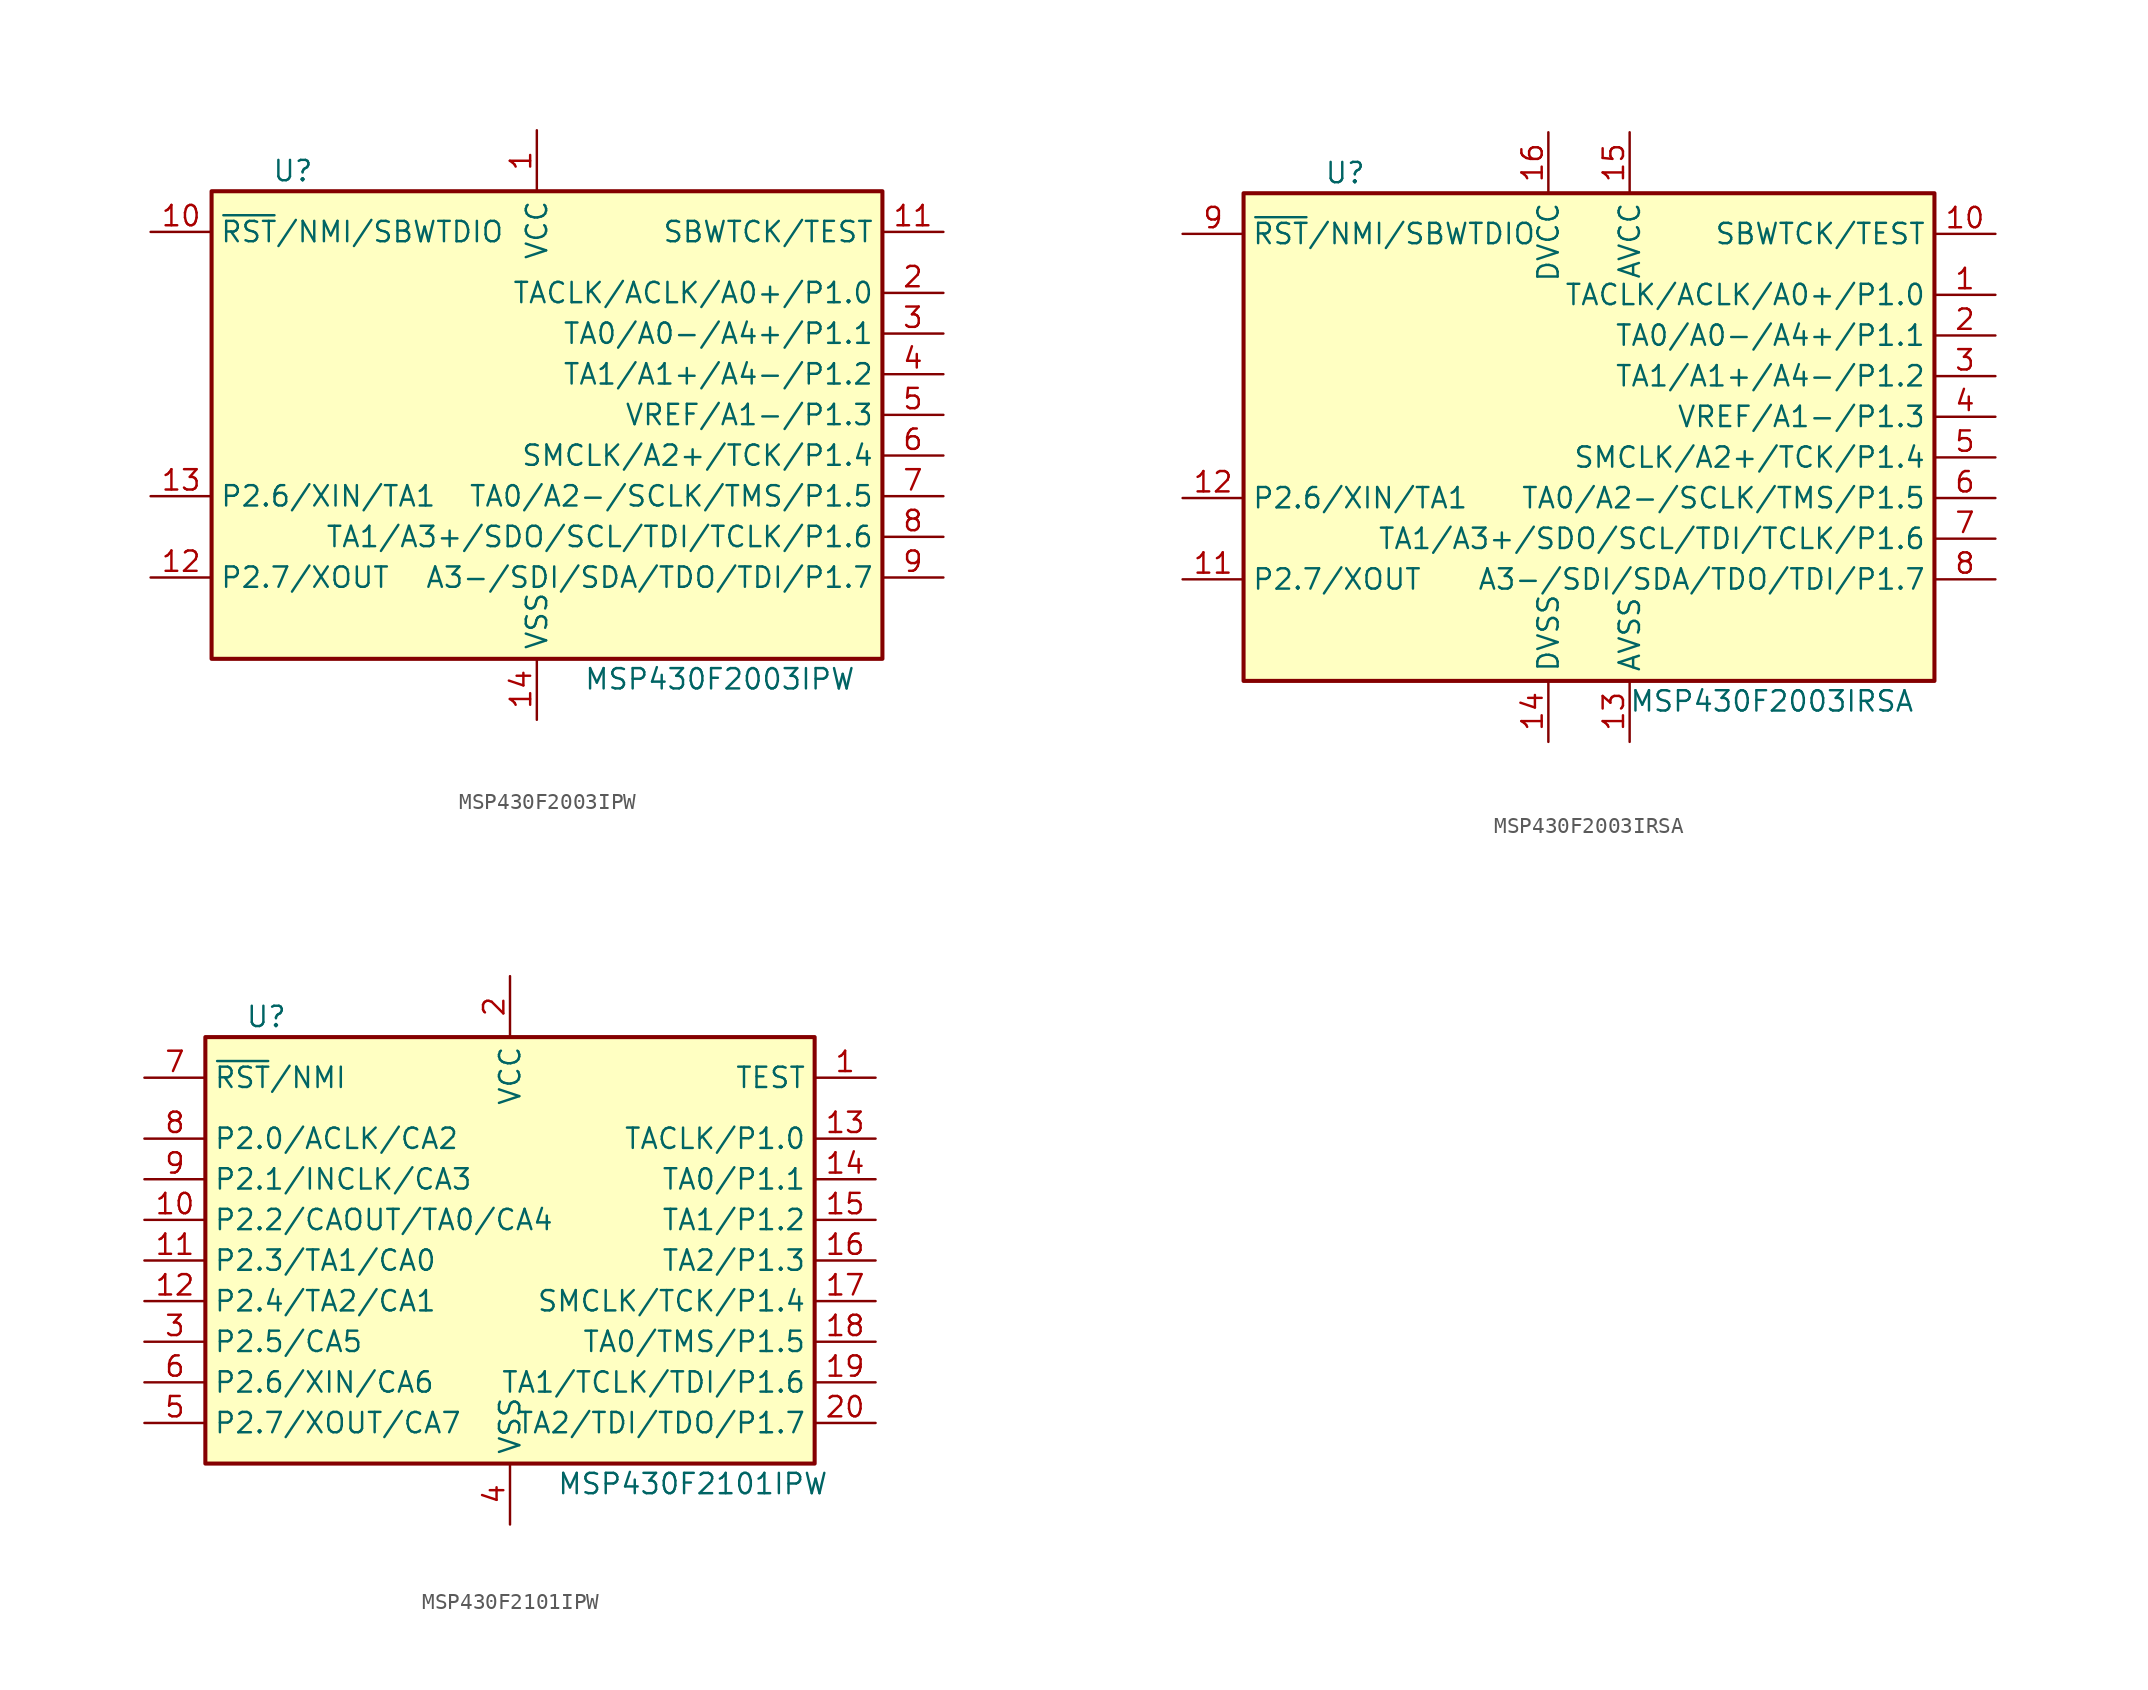
<source format=kicad_sym>
(kicad_symbol_lib
  (version 20241209)
  (generator "kicad_symbol_editor")
  (generator_version "9.0")
  (symbol "MSP430F2003IPW"
    (property "Reference" "U"
      (at -15.24 15.24 0)
      (effects (font (size 1.27 1.27))))
    (property "Value" "MSP430F2003IPW"
      (at 11.43 -16.51 0)
      (effects (font (size 1.27 1.27))))
    (symbol "MSP430F2003IPW_0_1"
      (rectangle (start -20.32 13.97) (end 21.59 -15.24) (stroke (width 0.254) (type default)) (fill (type background))))
    (symbol "MSP430F2003IPW_1_1"
      (pin input line (at -24.13 11.43 0) (length 3.81) (name "~{RST}/NMI/SBWTDIO" (effects (font (size 1.27 1.27)))) (number "10" (effects (font (size 1.27 1.27)))))
      (pin bidirectional line (at -24.13 -5.08 0) (length 3.81) (name "P2.6/XIN/TA1" (effects (font (size 1.27 1.27)))) (number "13" (effects (font (size 1.27 1.27)))))
      (pin bidirectional line (at -24.13 -10.16 0) (length 3.81) (name "P2.7/XOUT" (effects (font (size 1.27 1.27)))) (number "12" (effects (font (size 1.27 1.27)))))
      (pin power_in line (at 0 17.78 270) (length 3.81) (name "VCC" (effects (font (size 1.27 1.27)))) (number "1" (effects (font (size 1.27 1.27)))))
      (pin power_in line (at 0 -19.05 90) (length 3.81) (name "VSS" (effects (font (size 1.27 1.27)))) (number "14" (effects (font (size 1.27 1.27)))))
      (pin input line (at 25.4 11.43 180) (length 3.81) (name "SBWTCK/TEST" (effects (font (size 1.27 1.27)))) (number "11" (effects (font (size 1.27 1.27)))))
      (pin bidirectional line (at 25.4 7.62 180) (length 3.81) (name "TACLK/ACLK/A0+/P1.0" (effects (font (size 1.27 1.27)))) (number "2" (effects (font (size 1.27 1.27)))))
      (pin bidirectional line (at 25.4 5.08 180) (length 3.81) (name "TA0/A0-/A4+/P1.1" (effects (font (size 1.27 1.27)))) (number "3" (effects (font (size 1.27 1.27)))))
      (pin bidirectional line (at 25.4 2.54 180) (length 3.81) (name "TA1/A1+/A4-/P1.2" (effects (font (size 1.27 1.27)))) (number "4" (effects (font (size 1.27 1.27)))))
      (pin bidirectional line (at 25.4 0 180) (length 3.81) (name "VREF/A1-/P1.3" (effects (font (size 1.27 1.27)))) (number "5" (effects (font (size 1.27 1.27)))))
      (pin bidirectional line (at 25.4 -2.54 180) (length 3.81) (name "SMCLK/A2+/TCK/P1.4" (effects (font (size 1.27 1.27)))) (number "6" (effects (font (size 1.27 1.27)))))
      (pin bidirectional line (at 25.4 -5.08 180) (length 3.81) (name "TA0/A2-/SCLK/TMS/P1.5" (effects (font (size 1.27 1.27)))) (number "7" (effects (font (size 1.27 1.27)))))
      (pin bidirectional line (at 25.4 -7.62 180) (length 3.81) (name "TA1/A3+/SDO/SCL/TDI/TCLK/P1.6" (effects (font (size 1.27 1.27)))) (number "8" (effects (font (size 1.27 1.27)))))
      (pin bidirectional line (at 25.4 -10.16 180) (length 3.81) (name "A3-/SDI/SDA/TDO/TDI/P1.7" (effects (font (size 1.27 1.27)))) (number "9" (effects (font (size 1.27 1.27)))))))
  (symbol "MSP430F2003IRSA"
    (property "Reference" "U"
      (at -15.24 15.24 0)
      (effects (font (size 1.27 1.27))))
    (property "Value" "MSP430F2003IRSA"
      (at 11.43 -17.78 0)
      (effects (font (size 1.27 1.27))))
    (symbol "MSP430F2003IRSA_0_1"
      (rectangle (start -21.59 13.97) (end 21.59 -16.51) (stroke (width 0.254) (type default)) (fill (type background))))
    (symbol "MSP430F2003IRSA_1_1"
      (pin input line (at -25.4 11.43 0) (length 3.81) (name "~{RST}/NMI/SBWTDIO" (effects (font (size 1.27 1.27)))) (number "9" (effects (font (size 1.27 1.27)))))
      (pin bidirectional line (at -25.4 -5.08 0) (length 3.81) (name "P2.6/XIN/TA1" (effects (font (size 1.27 1.27)))) (number "12" (effects (font (size 1.27 1.27)))))
      (pin bidirectional line (at -25.4 -10.16 0) (length 3.81) (name "P2.7/XOUT" (effects (font (size 1.27 1.27)))) (number "11" (effects (font (size 1.27 1.27)))))
      (pin power_in line (at -2.54 17.78 270) (length 3.81) (name "DVCC" (effects (font (size 1.27 1.27)))) (number "16" (effects (font (size 1.27 1.27)))))
      (pin power_in line (at -2.54 -20.32 90) (length 3.81) (name "DVSS" (effects (font (size 1.27 1.27)))) (number "14" (effects (font (size 1.27 1.27)))))
      (pin power_in line (at 2.54 17.78 270) (length 3.81) (name "AVCC" (effects (font (size 1.27 1.27)))) (number "15" (effects (font (size 1.27 1.27)))))
      (pin power_in line (at 2.54 -20.32 90) (length 3.81) (name "AVSS" (effects (font (size 1.27 1.27)))) (number "13" (effects (font (size 1.27 1.27)))))
      (pin input line (at 25.4 11.43 180) (length 3.81) (name "SBWTCK/TEST" (effects (font (size 1.27 1.27)))) (number "10" (effects (font (size 1.27 1.27)))))
      (pin bidirectional line (at 25.4 7.62 180) (length 3.81) (name "TACLK/ACLK/A0+/P1.0" (effects (font (size 1.27 1.27)))) (number "1" (effects (font (size 1.27 1.27)))))
      (pin bidirectional line (at 25.4 5.08 180) (length 3.81) (name "TA0/A0-/A4+/P1.1" (effects (font (size 1.27 1.27)))) (number "2" (effects (font (size 1.27 1.27)))))
      (pin bidirectional line (at 25.4 2.54 180) (length 3.81) (name "TA1/A1+/A4-/P1.2" (effects (font (size 1.27 1.27)))) (number "3" (effects (font (size 1.27 1.27)))))
      (pin bidirectional line (at 25.4 0 180) (length 3.81) (name "VREF/A1-/P1.3" (effects (font (size 1.27 1.27)))) (number "4" (effects (font (size 1.27 1.27)))))
      (pin bidirectional line (at 25.4 -2.54 180) (length 3.81) (name "SMCLK/A2+/TCK/P1.4" (effects (font (size 1.27 1.27)))) (number "5" (effects (font (size 1.27 1.27)))))
      (pin bidirectional line (at 25.4 -5.08 180) (length 3.81) (name "TA0/A2-/SCLK/TMS/P1.5" (effects (font (size 1.27 1.27)))) (number "6" (effects (font (size 1.27 1.27)))))
      (pin bidirectional line (at 25.4 -7.62 180) (length 3.81) (name "TA1/A3+/SDO/SCL/TDI/TCLK/P1.6" (effects (font (size 1.27 1.27)))) (number "7" (effects (font (size 1.27 1.27)))))
      (pin bidirectional line (at 25.4 -10.16 180) (length 3.81) (name "A3-/SDI/SDA/TDO/TDI/P1.7" (effects (font (size 1.27 1.27)))) (number "8" (effects (font (size 1.27 1.27)))))))
  (symbol "MSP430F2101IPW"
    (property "Reference" "U"
      (at -15.24 15.24 0)
      (effects (font (size 1.27 1.27))))
    (property "Value" "MSP430F2101IPW"
      (at 11.43 -13.97 0)
      (effects (font (size 1.27 1.27))))
    (symbol "MSP430F2101IPW_0_1"
      (rectangle (start -19.05 13.97) (end 19.05 -12.7) (stroke (width 0.254) (type default)) (fill (type background))))
    (symbol "MSP430F2101IPW_1_1"
      (pin input line (at -22.86 11.43 0) (length 3.81) (name "~{RST}/NMI" (effects (font (size 1.27 1.27)))) (number "7" (effects (font (size 1.27 1.27)))))
      (pin bidirectional line (at -22.86 7.62 0) (length 3.81) (name "P2.0/ACLK/CA2" (effects (font (size 1.27 1.27)))) (number "8" (effects (font (size 1.27 1.27)))))
      (pin bidirectional line (at -22.86 5.08 0) (length 3.81) (name "P2.1/INCLK/CA3" (effects (font (size 1.27 1.27)))) (number "9" (effects (font (size 1.27 1.27)))))
      (pin bidirectional line (at -22.86 2.54 0) (length 3.81) (name "P2.2/CAOUT/TA0/CA4" (effects (font (size 1.27 1.27)))) (number "10" (effects (font (size 1.27 1.27)))))
      (pin bidirectional line (at -22.86 0 0) (length 3.81) (name "P2.3/TA1/CA0" (effects (font (size 1.27 1.27)))) (number "11" (effects (font (size 1.27 1.27)))))
      (pin bidirectional line (at -22.86 -2.54 0) (length 3.81) (name "P2.4/TA2/CA1" (effects (font (size 1.27 1.27)))) (number "12" (effects (font (size 1.27 1.27)))))
      (pin bidirectional line (at -22.86 -5.08 0) (length 3.81) (name "P2.5/CA5" (effects (font (size 1.27 1.27)))) (number "3" (effects (font (size 1.27 1.27)))))
      (pin bidirectional line (at -22.86 -7.62 0) (length 3.81) (name "P2.6/XIN/CA6" (effects (font (size 1.27 1.27)))) (number "6" (effects (font (size 1.27 1.27)))))
      (pin bidirectional line (at -22.86 -10.16 0) (length 3.81) (name "P2.7/XOUT/CA7" (effects (font (size 1.27 1.27)))) (number "5" (effects (font (size 1.27 1.27)))))
      (pin power_in line (at 0 17.78 270) (length 3.81) (name "VCC" (effects (font (size 1.27 1.27)))) (number "2" (effects (font (size 1.27 1.27)))))
      (pin power_in line (at 0 -16.51 90) (length 3.81) (name "VSS" (effects (font (size 1.27 1.27)))) (number "4" (effects (font (size 1.27 1.27)))))
      (pin input line (at 22.86 11.43 180) (length 3.81) (name "TEST" (effects (font (size 1.27 1.27)))) (number "1" (effects (font (size 1.27 1.27)))))
      (pin bidirectional line (at 22.86 7.62 180) (length 3.81) (name "TACLK/P1.0" (effects (font (size 1.27 1.27)))) (number "13" (effects (font (size 1.27 1.27)))))
      (pin bidirectional line (at 22.86 5.08 180) (length 3.81) (name "TA0/P1.1" (effects (font (size 1.27 1.27)))) (number "14" (effects (font (size 1.27 1.27)))))
      (pin bidirectional line (at 22.86 2.54 180) (length 3.81) (name "TA1/P1.2" (effects (font (size 1.27 1.27)))) (number "15" (effects (font (size 1.27 1.27)))))
      (pin bidirectional line (at 22.86 0 180) (length 3.81) (name "TA2/P1.3" (effects (font (size 1.27 1.27)))) (number "16" (effects (font (size 1.27 1.27)))))
      (pin bidirectional line (at 22.86 -2.54 180) (length 3.81) (name "SMCLK/TCK/P1.4" (effects (font (size 1.27 1.27)))) (number "17" (effects (font (size 1.27 1.27)))))
      (pin bidirectional line (at 22.86 -5.08 180) (length 3.81) (name "TA0/TMS/P1.5" (effects (font (size 1.27 1.27)))) (number "18" (effects (font (size 1.27 1.27)))))
      (pin bidirectional line (at 22.86 -7.62 180) (length 3.81) (name "TA1/TCLK/TDI/P1.6" (effects (font (size 1.27 1.27)))) (number "19" (effects (font (size 1.27 1.27)))))
      (pin bidirectional line (at 22.86 -10.16 180) (length 3.81) (name "TA2/TDI/TDO/P1.7" (effects (font (size 1.27 1.27)))) (number "20" (effects (font (size 1.27 1.27))))))))
</source>
